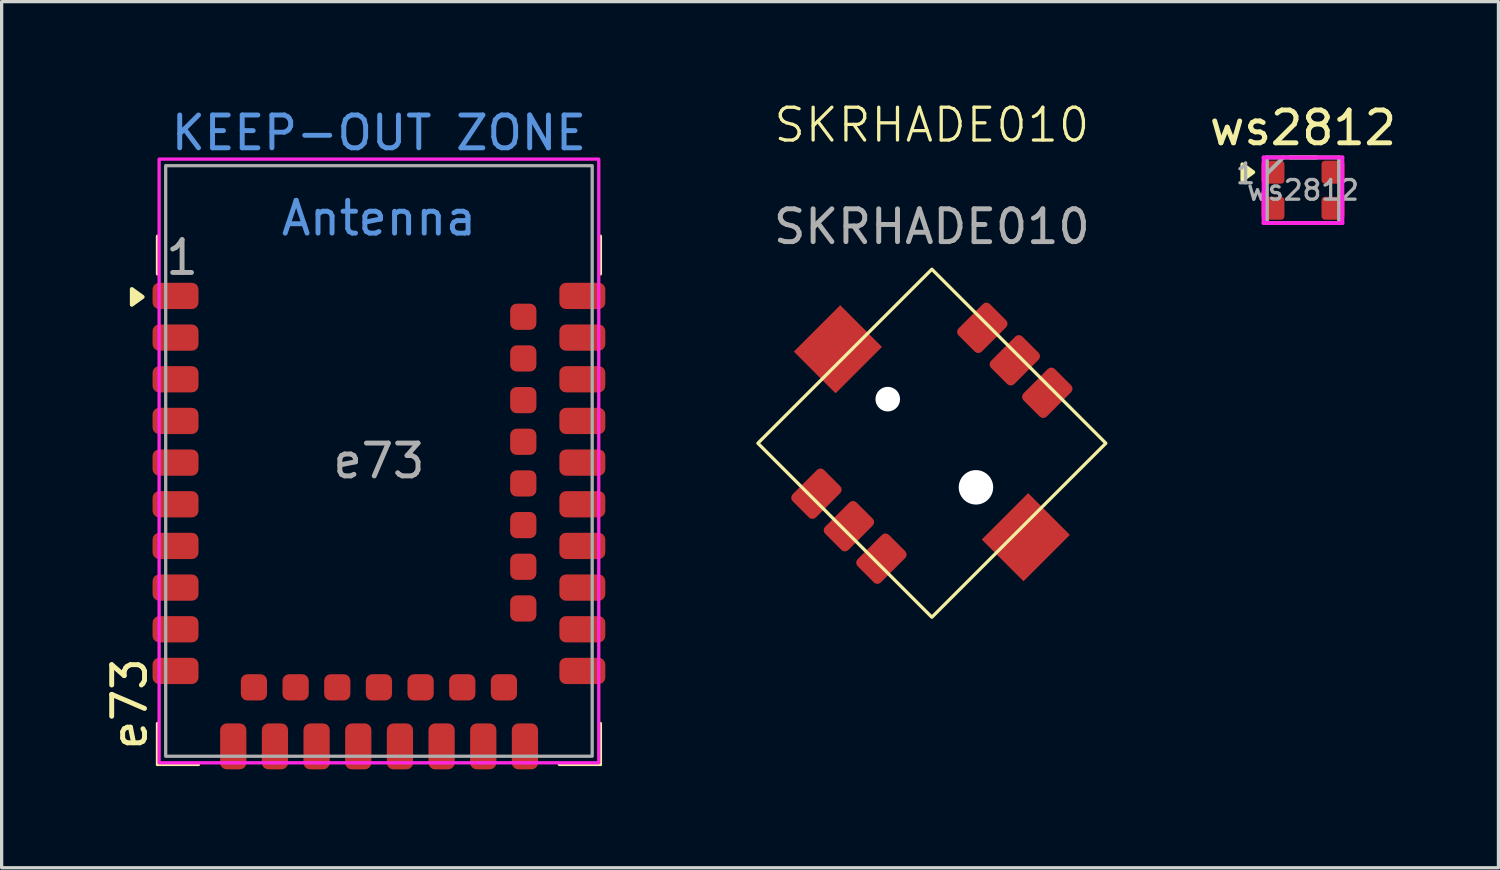
<source format=kicad_pcb>
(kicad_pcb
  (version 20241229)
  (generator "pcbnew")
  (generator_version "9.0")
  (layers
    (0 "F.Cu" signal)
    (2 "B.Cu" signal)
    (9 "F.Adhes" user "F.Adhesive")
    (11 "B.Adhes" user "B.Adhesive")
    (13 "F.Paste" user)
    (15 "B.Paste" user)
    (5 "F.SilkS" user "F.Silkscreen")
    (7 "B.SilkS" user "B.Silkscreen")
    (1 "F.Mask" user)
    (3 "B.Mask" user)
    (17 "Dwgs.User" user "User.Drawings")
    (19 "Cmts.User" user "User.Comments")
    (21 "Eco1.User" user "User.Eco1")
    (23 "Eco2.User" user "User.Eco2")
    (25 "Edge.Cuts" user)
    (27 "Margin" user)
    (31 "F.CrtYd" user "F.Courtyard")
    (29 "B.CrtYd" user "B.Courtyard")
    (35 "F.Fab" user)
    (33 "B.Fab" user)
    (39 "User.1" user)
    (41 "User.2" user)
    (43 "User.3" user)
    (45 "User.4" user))
  (footprint "ws2812"
    (layer "F.Cu")
    (at 36.665 2.748)
    (property "Reference" "ws2812" (at 0 -1.9 0) (layer "F.SilkS") (effects (font (size 1 1) (thickness 0.15))))
    (attr smd)
    (fp_line (start -0.4 -1) (end 0.4 -1) (stroke (width 0.12) (type solid)) (layer "F.SilkS"))
    (fp_poly (pts (xy -1.517 -0.55) (xy -1.847 -0.31) (xy -1.847 -0.79) (xy -1.517 -0.55)) (stroke (width 0.12) (type solid)) (fill yes) (layer "F.SilkS"))
    (fp_line (start -1.2 -1) (end 1.2 -1) (stroke (width 0.12) (type solid)) (layer "F.CrtYd"))
    (fp_line (start -1.2 1) (end -1.2 -1) (stroke (width 0.12) (type solid)) (layer "F.CrtYd"))
    (fp_line (start 1.2 -1) (end 1.2 1) (stroke (width 0.12) (type solid)) (layer "F.CrtYd"))
    (fp_line (start 1.2 1) (end -1.2 1) (stroke (width 0.12) (type solid)) (layer "F.CrtYd"))
    (fp_line (start -1.1 -1) (end 1.1 -1) (stroke (width 0.12) (type solid)) (layer "F.Fab"))
    (fp_line (start -1.1 -0.5) (end -0.6 -1) (stroke (width 0.12) (type default)) (layer "F.Fab"))
    (fp_line (start -1.1 1) (end -1.1 -1) (stroke (width 0.12) (type solid)) (layer "F.Fab"))
    (fp_line (start 1.1 -1) (end 1.1 1) (stroke (width 0.12) (type solid)) (layer "F.Fab"))
    (fp_line (start 1.1 1) (end -1.1 1) (stroke (width 0.12) (type solid)) (layer "F.Fab"))
    (fp_text user "${REFERENCE}" (at 0 0 0) (layer "F.Fab") (effects (font (size 0.6 0.6) (thickness 0.1) (bold yes))))
    (fp_text user "1" (at -1.75 -0.5 0) (layer "F.Fab") (effects (font (size 0.6 0.6) (thickness 0.1) (bold yes))))
    (pad "1" smd roundrect (at -0.915 -0.55) (size 0.7 0.7) (layers "F.Cu" "F.Mask" "F.Paste") (roundrect_rratio 0.15))
    (pad "2" smd roundrect (at -0.915 0.55) (size 0.7 0.7) (layers "F.Cu" "F.Mask" "F.Paste") (roundrect_rratio 0.15))
    (pad "3" smd roundrect (at 0.915 0.55) (size 0.7 0.7) (layers "F.Cu" "F.Mask" "F.Paste") (roundrect_rratio 0.15))
    (pad "4" smd roundrect (at 0.915 -0.55) (size 0.7 0.7) (layers "F.Cu" "F.Mask" "F.Paste") (roundrect_rratio 0.15)))
  (footprint "e73"
    (layer "F.Cu")
    (at 8.5 11)
    (property "Reference" "e73" (at -7.6 7.4 90) (layer "F.SilkS") (effects (font (size 1 1) (thickness 0.15))))
    (attr smd)
    (fp_line (start -6.75 -5.7) (end -6.75 -6.85) (stroke (width 0.1) (type default)) (layer "F.SilkS"))
    (fp_line (start -6.75 9.25) (end -6.75 8) (stroke (width 0.1) (type default)) (layer "F.SilkS"))
    (fp_line (start -6.75 9.25) (end -5.5 9.25) (stroke (width 0.1) (type default)) (layer "F.SilkS"))
    (fp_line (start 6.75 -5.7) (end 6.75 -6.85) (stroke (width 0.1) (type default)) (layer "F.SilkS"))
    (fp_line (start 6.75 8) (end 6.75 9.25) (stroke (width 0.1) (type default)) (layer "F.SilkS"))
    (fp_line (start 6.75 9.25) (end 5.5 9.25) (stroke (width 0.1) (type default)) (layer "F.SilkS"))
    (fp_poly (pts (xy -7.202 -5) (xy -7.532 -4.76) (xy -7.532 -5.24) (xy -7.202 -5)) (stroke (width 0.12) (type solid)) (fill yes) (layer "F.SilkS"))
    (fp_rect (start -6.7 -9.2) (end 6.7 9.2) (stroke (width 0.1) (type default)) (fill no) (layer "F.CrtYd"))
    (fp_rect (start -6.5 -9) (end 6.5 9) (stroke (width 0.1) (type default)) (fill no) (layer "F.Fab"))
    (fp_text user "KEEP-OUT ZONE" (at 0 -10 0) (layer "Cmts.User") (effects (font (size 1 1) (thickness 0.15))))
    (fp_text user "Antenna" (at 0 -7.4 0) (layer "Cmts.User") (effects (font (size 1 1) (thickness 0.15))))
    (fp_text user "1" (at -6 -6.2 0) (layer "F.Fab") (effects (font (size 1 1) (thickness 0.15))))
    (fp_text user "${REFERENCE}" (at 0 0 0) (layer "F.Fab") (effects (font (size 1 1) (thickness 0.15))))
    (pad "1" smd roundrect (at -6.2 -5.03) (size 1.4 0.8) (layers "F.Cu" "F.Mask" "F.Paste") (roundrect_rratio 0.25))
    (pad "2" smd roundrect (at -6.2 -3.76) (size 1.4 0.8) (layers "F.Cu" "F.Mask" "F.Paste") (roundrect_rratio 0.25))
    (pad "3" smd roundrect (at -6.2 -2.49) (size 1.4 0.8) (layers "F.Cu" "F.Mask" "F.Paste") (roundrect_rratio 0.25))
    (pad "4" smd roundrect (at -6.2 -1.22) (size 1.4 0.8) (layers "F.Cu" "F.Mask" "F.Paste") (roundrect_rratio 0.25))
    (pad "5" smd roundrect (at -6.2 0.05) (size 1.4 0.8) (layers "F.Cu" "F.Mask" "F.Paste") (roundrect_rratio 0.25))
    (pad "6" smd roundrect (at -6.2 1.32) (size 1.4 0.8) (layers "F.Cu" "F.Mask" "F.Paste") (roundrect_rratio 0.25))
    (pad "7" smd roundrect (at -6.2 2.59) (size 1.4 0.8) (layers "F.Cu" "F.Mask" "F.Paste") (roundrect_rratio 0.25))
    (pad "8" smd roundrect (at -6.2 3.86) (size 1.4 0.8) (layers "F.Cu" "F.Mask" "F.Paste") (roundrect_rratio 0.25))
    (pad "9" smd roundrect (at -6.2 5.13) (size 1.4 0.8) (layers "F.Cu" "F.Mask" "F.Paste") (roundrect_rratio 0.25))
    (pad "10" smd roundrect (at -6.2 6.4) (size 1.4 0.8) (layers "F.Cu" "F.Mask" "F.Paste") (roundrect_rratio 0.25))
    (pad "11" smd roundrect (at -4.44 8.7 90) (size 1.4 0.8) (layers "F.Cu" "F.Mask" "F.Paste") (roundrect_rratio 0.25))
    (pad "12" smd roundrect (at -3.81 6.9 90) (size 0.8 0.8) (layers "F.Cu" "F.Mask" "F.Paste") (roundrect_rratio 0.25))
    (pad "13" smd roundrect (at -3.17 8.7 90) (size 1.4 0.8) (layers "F.Cu" "F.Mask" "F.Paste") (roundrect_rratio 0.25))
    (pad "14" smd roundrect (at -2.54 6.9 90) (size 0.8 0.8) (layers "F.Cu" "F.Mask" "F.Paste") (roundrect_rratio 0.25))
    (pad "15" smd roundrect (at -1.9 8.7 90) (size 1.4 0.8) (layers "F.Cu" "F.Mask" "F.Paste") (roundrect_rratio 0.25))
    (pad "16" smd roundrect (at -1.27 6.9 90) (size 0.8 0.8) (layers "F.Cu" "F.Mask" "F.Paste") (roundrect_rratio 0.25))
    (pad "17" smd roundrect (at -0.63 8.7 90) (size 1.4 0.8) (layers "F.Cu" "F.Mask" "F.Paste") (roundrect_rratio 0.25))
    (pad "18" smd roundrect (at 0 6.9 90) (size 0.8 0.8) (layers "F.Cu" "F.Mask" "F.Paste") (roundrect_rratio 0.25))
    (pad "19" smd roundrect (at 0.64 8.7 90) (size 1.4 0.8) (layers "F.Cu" "F.Mask" "F.Paste") (roundrect_rratio 0.25))
    (pad "20" smd roundrect (at 1.27 6.9 90) (size 0.8 0.8) (layers "F.Cu" "F.Mask" "F.Paste") (roundrect_rratio 0.25))
    (pad "21" smd roundrect (at 1.91 8.7 90) (size 1.4 0.8) (layers "F.Cu" "F.Mask" "F.Paste") (roundrect_rratio 0.25))
    (pad "22" smd roundrect (at 2.54 6.9 90) (size 0.8 0.8) (layers "F.Cu" "F.Mask" "F.Paste") (roundrect_rratio 0.25))
    (pad "23" smd roundrect (at 3.18 8.7 90) (size 1.4 0.8) (layers "F.Cu" "F.Mask" "F.Paste") (roundrect_rratio 0.25))
    (pad "24" smd roundrect (at 3.81 6.9 90) (size 0.8 0.8) (layers "F.Cu" "F.Mask" "F.Paste") (roundrect_rratio 0.25))
    (pad "25" smd roundrect (at 4.45 8.7 90) (size 1.4 0.8) (layers "F.Cu" "F.Mask" "F.Paste") (roundrect_rratio 0.25))
    (pad "26" smd roundrect (at 6.2 6.4) (size 1.4 0.8) (layers "F.Cu" "F.Mask" "F.Paste") (roundrect_rratio 0.25))
    (pad "27" smd roundrect (at 6.2 5.13) (size 1.4 0.8) (layers "F.Cu" "F.Mask" "F.Paste") (roundrect_rratio 0.25))
    (pad "28" smd roundrect (at 4.4 4.495 90) (size 0.8 0.8) (layers "F.Cu" "F.Mask" "F.Paste") (roundrect_rratio 0.25))
    (pad "29" smd roundrect (at 6.2 3.86) (size 1.4 0.8) (layers "F.Cu" "F.Mask" "F.Paste") (roundrect_rratio 0.25))
    (pad "30" smd roundrect (at 4.4 3.225 90) (size 0.8 0.8) (layers "F.Cu" "F.Mask" "F.Paste") (roundrect_rratio 0.25))
    (pad "31" smd roundrect (at 6.2 2.59) (size 1.4 0.8) (layers "F.Cu" "F.Mask" "F.Paste") (roundrect_rratio 0.25))
    (pad "32" smd roundrect (at 4.4 1.955 90) (size 0.8 0.8) (layers "F.Cu" "F.Mask" "F.Paste") (roundrect_rratio 0.25))
    (pad "33" smd roundrect (at 6.2 1.32) (size 1.4 0.8) (layers "F.Cu" "F.Mask" "F.Paste") (roundrect_rratio 0.25))
    (pad "34" smd roundrect (at 4.4 0.685 90) (size 0.8 0.8) (layers "F.Cu" "F.Mask" "F.Paste") (roundrect_rratio 0.25))
    (pad "35" smd roundrect (at 6.2 0.05) (size 1.4 0.8) (layers "F.Cu" "F.Mask" "F.Paste") (roundrect_rratio 0.25))
    (pad "36" smd roundrect (at 4.4 -0.585 90) (size 0.8 0.8) (layers "F.Cu" "F.Mask" "F.Paste") (roundrect_rratio 0.25))
    (pad "37" smd roundrect (at 6.2 -1.22) (size 1.4 0.8) (layers "F.Cu" "F.Mask" "F.Paste") (roundrect_rratio 0.25))
    (pad "38" smd roundrect (at 4.4 -1.855 90) (size 0.8 0.8) (layers "F.Cu" "F.Mask" "F.Paste") (roundrect_rratio 0.25))
    (pad "39" smd roundrect (at 6.2 -2.49) (size 1.4 0.8) (layers "F.Cu" "F.Mask" "F.Paste") (roundrect_rratio 0.25))
    (pad "40" smd roundrect (at 4.4 -3.125 90) (size 0.8 0.8) (layers "F.Cu" "F.Mask" "F.Paste") (roundrect_rratio 0.25))
    (pad "41" smd roundrect (at 6.2 -3.76) (size 1.4 0.8) (layers "F.Cu" "F.Mask" "F.Paste") (roundrect_rratio 0.25))
    (pad "42" smd roundrect (at 4.4 -4.395 90) (size 0.8 0.8) (layers "F.Cu" "F.Mask" "F.Paste") (roundrect_rratio 0.25))
    (pad "43" smd roundrect (at 6.2 -5.03) (size 1.4 0.8) (layers "F.Cu" "F.Mask" "F.Paste") (roundrect_rratio 0.25))
    (zone (net_name "") (layers "F.Cu" "B.Cu" "Dwgs.User") (hatch full 0.5) (connect_pads) (min_thickness 0.25) (filled_areas_thickness no) (keepout (tracks not_allowed) (vias not_allowed) (pads not_allowed) (copperpour not_allowed) (footprints allowed)) (placement (enabled no)) (fill) (polygon (pts (xy 0 0) (xy 17 0) (xy 17 5.5) (xy 0 5.5)))))
  (footprint "SKRHADE010"
    (layer "F.Cu")
    (at 25.353 10.46)
    (property "Reference" "SKRHADE010" (at 0 -9.7 0) (unlocked yes) (layer "F.SilkS") (effects (font (size 1 1) (thickness 0.1))))
    (attr smd)
    (fp_poly (pts (xy -5.303 0) (xy 0 -5.303) (xy 5.303 0) (xy 0 5.303)) (stroke (width 0.1) (type solid)) (fill no) (layer "F.SilkS"))
    (fp_text user "${REFERENCE}" (at 0 -6.6 0) (layer "F.Fab") (effects (font (size 1 1) (thickness 0.15))))
    (pad "" smd rect (at -2.864 -2.864 45) (size 2 1.8) (layers "F.Cu" "F.Mask" "F.Paste"))
    (pad "" np_thru_hole circle (at -1.344 -1.344 45) (size 0.75 0.75) (drill 0.75) (layers "*.Cu" "*.Mask"))
    (pad "" np_thru_hole circle (at 1.344 1.344 45) (size 1.05 1.05) (drill 1.05) (layers "*.Cu" "*.Mask"))
    (pad "" smd rect (at 2.864 2.864 45) (size 2 1.8) (layers "F.Cu" "F.Mask" "F.Paste"))
    (pad "1" smd roundrect (at -3.518 1.538 45) (size 1.35 1) (layers "F.Cu" "F.Mask" "F.Paste") (roundrect_rratio 0.15))
    (pad "2" smd roundrect (at -2.528 2.528 45) (size 1.35 1) (layers "F.Cu" "F.Mask" "F.Paste") (roundrect_rratio 0.15))
    (pad "3" smd roundrect (at -1.538 3.518 45) (size 1.35 1) (layers "F.Cu" "F.Mask" "F.Paste") (roundrect_rratio 0.15))
    (pad "4" smd roundrect (at 1.538 -3.518 45) (size 1.35 1) (layers "F.Cu" "F.Mask" "F.Paste") (roundrect_rratio 0.15))
    (pad "5" smd roundrect (at 2.528 -2.528 45) (size 1.35 1) (layers "F.Cu" "F.Mask" "F.Paste") (roundrect_rratio 0.15))
    (pad "6" smd roundrect (at 3.518 -1.538 45) (size 1.35 1) (layers "F.Cu" "F.Mask" "F.Paste") (roundrect_rratio 0.15)))
  (gr_rect
    (start -3 -3)
    (end 42.623 23.4)
    (stroke (width 0.1) (type default))
    (fill no)
    (layer "Edge.Cuts")))
</source>
